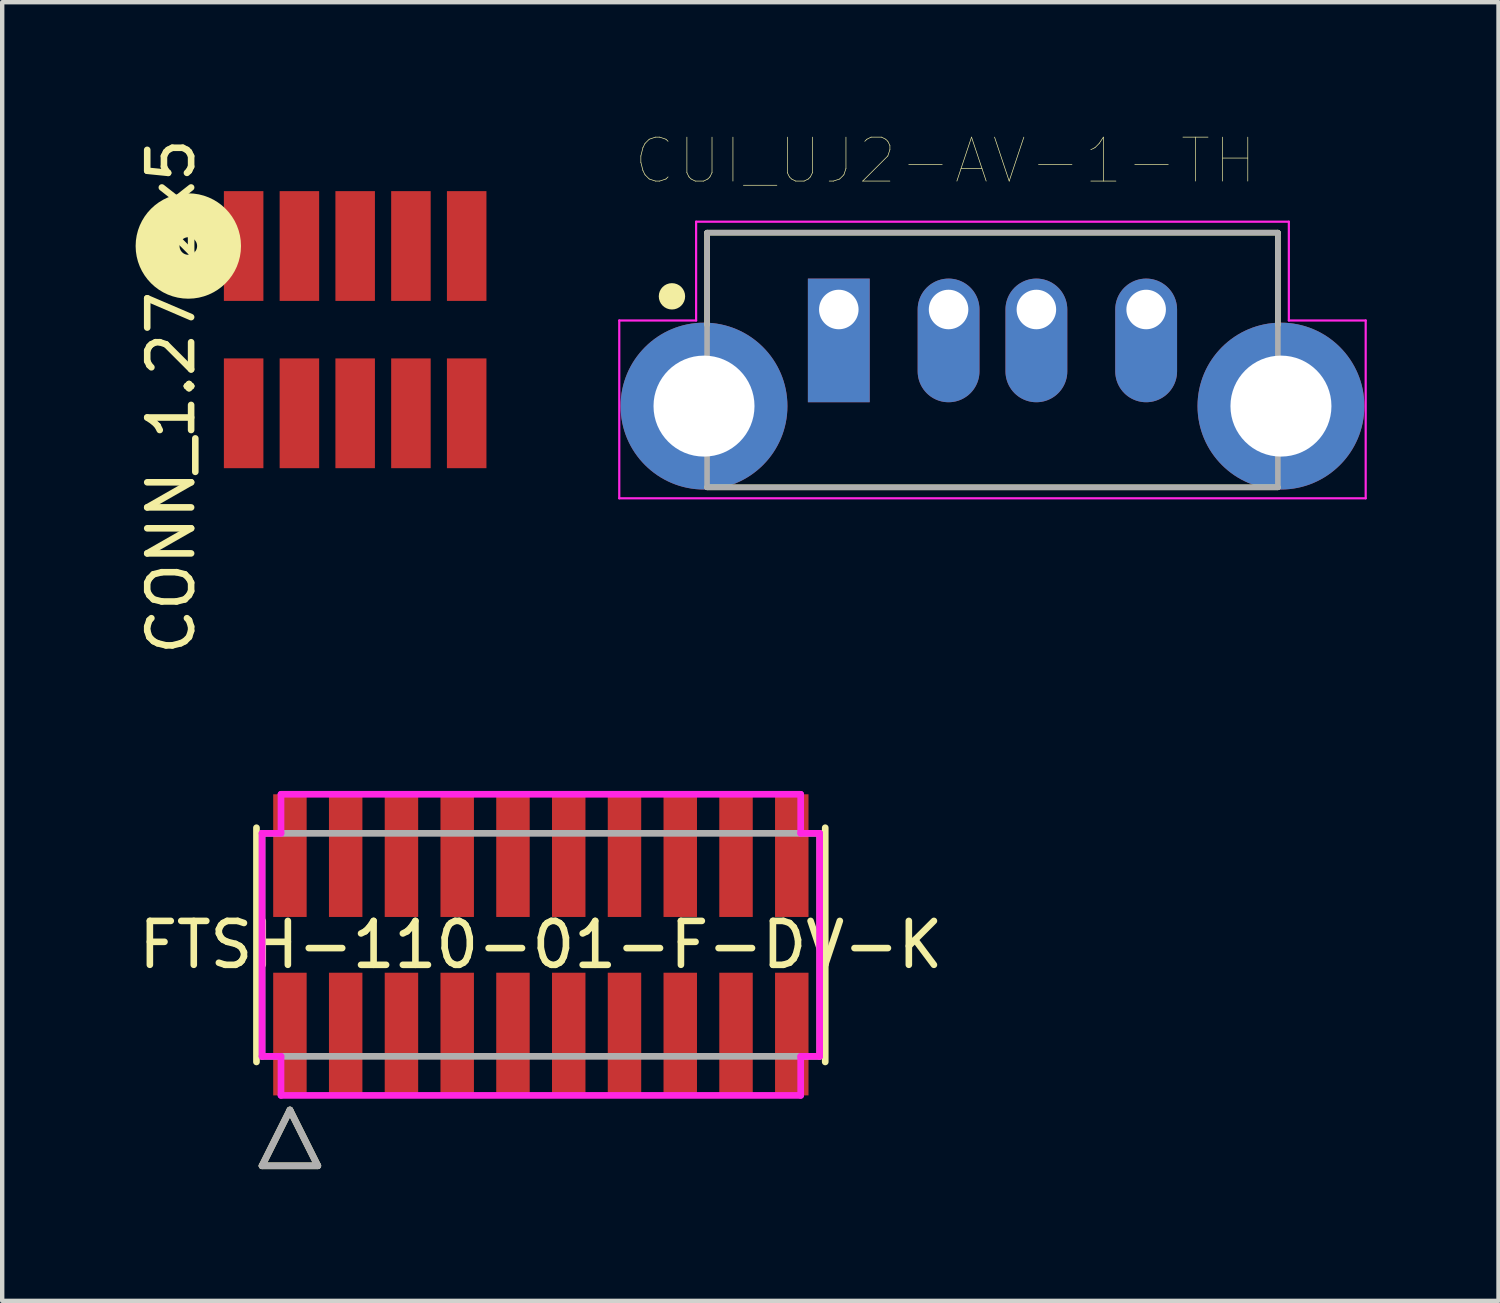
<source format=kicad_pcb>
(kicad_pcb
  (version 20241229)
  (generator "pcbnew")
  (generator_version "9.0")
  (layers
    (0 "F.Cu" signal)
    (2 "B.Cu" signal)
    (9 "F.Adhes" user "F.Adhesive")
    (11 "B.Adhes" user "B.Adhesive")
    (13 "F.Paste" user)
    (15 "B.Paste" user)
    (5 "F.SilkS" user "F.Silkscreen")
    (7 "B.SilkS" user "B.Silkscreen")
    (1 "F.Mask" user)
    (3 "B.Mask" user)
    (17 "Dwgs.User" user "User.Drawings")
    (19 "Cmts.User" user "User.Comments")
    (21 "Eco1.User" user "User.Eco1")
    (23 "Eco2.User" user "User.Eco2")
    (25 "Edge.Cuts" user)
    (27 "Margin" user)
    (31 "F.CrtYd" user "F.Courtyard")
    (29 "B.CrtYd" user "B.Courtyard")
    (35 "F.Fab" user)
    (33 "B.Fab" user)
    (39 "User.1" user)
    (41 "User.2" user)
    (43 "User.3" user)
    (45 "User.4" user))
  (footprint "FTSH-110-01-F-DV-K"
    (layer "F.Cu")
    (at 9.268 18.469)
    (property "Reference" "FTSH-110-01-F-DV-K" (at 0 0 0) (layer "F.SilkS") (effects (font (size 1 1) (thickness 0.15))))
    (attr smd)
    (fp_line (start -6.477 -2.667) (end -6.477 2.667) (stroke (width 0.152) (type solid)) (layer "F.SilkS"))
    (fp_line (start -6.35 5.032) (end -5.08 5.032) (stroke (width 0.152) (type solid)) (layer "F.SilkS"))
    (fp_line (start -5.715 3.762) (end -6.35 5.032) (stroke (width 0.152) (type solid)) (layer "F.SilkS"))
    (fp_line (start -5.08 5.032) (end -5.715 3.762) (stroke (width 0.152) (type solid)) (layer "F.SilkS"))
    (fp_line (start 6.477 2.667) (end 6.477 -2.667) (stroke (width 0.152) (type solid)) (layer "F.SilkS"))
    (fp_line (start -6.35 -2.54) (end -5.918 -2.54) (stroke (width 0.152) (type solid)) (layer "F.CrtYd"))
    (fp_line (start -6.35 2.54) (end -6.35 -2.54) (stroke (width 0.152) (type solid)) (layer "F.CrtYd"))
    (fp_line (start -5.918 -3.429) (end 5.918 -3.429) (stroke (width 0.152) (type solid)) (layer "F.CrtYd"))
    (fp_line (start -5.918 -2.54) (end -5.918 -3.429) (stroke (width 0.152) (type solid)) (layer "F.CrtYd"))
    (fp_line (start -5.918 2.54) (end -6.35 2.54) (stroke (width 0.152) (type solid)) (layer "F.CrtYd"))
    (fp_line (start -5.918 3.429) (end -5.918 2.54) (stroke (width 0.152) (type solid)) (layer "F.CrtYd"))
    (fp_line (start 5.918 -3.429) (end 5.918 -2.54) (stroke (width 0.152) (type solid)) (layer "F.CrtYd"))
    (fp_line (start 5.918 -2.54) (end 6.35 -2.54) (stroke (width 0.152) (type solid)) (layer "F.CrtYd"))
    (fp_line (start 5.918 2.54) (end 5.918 3.429) (stroke (width 0.152) (type solid)) (layer "F.CrtYd"))
    (fp_line (start 5.918 3.429) (end -5.918 3.429) (stroke (width 0.152) (type solid)) (layer "F.CrtYd"))
    (fp_line (start 6.35 -2.54) (end 6.35 2.54) (stroke (width 0.152) (type solid)) (layer "F.CrtYd"))
    (fp_line (start 6.35 2.54) (end 5.918 2.54) (stroke (width 0.152) (type solid)) (layer "F.CrtYd"))
    (fp_line (start -6.35 -2.54) (end -6.35 2.54) (stroke (width 0.152) (type solid)) (layer "F.Fab"))
    (fp_line (start -6.35 2.54) (end 6.35 2.54) (stroke (width 0.152) (type solid)) (layer "F.Fab"))
    (fp_line (start -6.35 5.032) (end -5.08 5.032) (stroke (width 0.152) (type solid)) (layer "F.Fab"))
    (fp_line (start -5.715 3.762) (end -6.35 5.032) (stroke (width 0.152) (type solid)) (layer "F.Fab"))
    (fp_line (start -5.08 5.032) (end -5.715 3.762) (stroke (width 0.152) (type solid)) (layer "F.Fab"))
    (fp_line (start 6.35 -2.54) (end -6.35 -2.54) (stroke (width 0.152) (type solid)) (layer "F.Fab"))
    (fp_line (start 6.35 2.54) (end 6.35 -2.54) (stroke (width 0.152) (type solid)) (layer "F.Fab"))
    (pad "1" smd rect (at -5.715 2.032 180) (size 0.762 2.794) (layers "F.Cu" "F.Mask" "F.Paste"))
    (pad "2" smd rect (at -5.715 -2.032 180) (size 0.762 2.794) (layers "F.Cu" "F.Mask" "F.Paste"))
    (pad "3" smd rect (at -4.445 2.032 180) (size 0.762 2.794) (layers "F.Cu" "F.Mask" "F.Paste"))
    (pad "4" smd rect (at -4.445 -2.032 180) (size 0.762 2.794) (layers "F.Cu" "F.Mask" "F.Paste"))
    (pad "5" smd rect (at -3.175 2.032 180) (size 0.762 2.794) (layers "F.Cu" "F.Mask" "F.Paste"))
    (pad "6" smd rect (at -3.175 -2.032 180) (size 0.762 2.794) (layers "F.Cu" "F.Mask" "F.Paste"))
    (pad "7" smd rect (at -1.905 2.032 180) (size 0.762 2.794) (layers "F.Cu" "F.Mask" "F.Paste"))
    (pad "8" smd rect (at -1.905 -2.032 180) (size 0.762 2.794) (layers "F.Cu" "F.Mask" "F.Paste"))
    (pad "9" smd rect (at -0.635 2.032 180) (size 0.762 2.794) (layers "F.Cu" "F.Mask" "F.Paste"))
    (pad "10" smd rect (at -0.635 -2.032 180) (size 0.762 2.794) (layers "F.Cu" "F.Mask" "F.Paste"))
    (pad "11" smd rect (at 0.635 2.032 180) (size 0.762 2.794) (layers "F.Cu" "F.Mask" "F.Paste"))
    (pad "12" smd rect (at 0.635 -2.032 180) (size 0.762 2.794) (layers "F.Cu" "F.Mask" "F.Paste"))
    (pad "13" smd rect (at 1.905 2.032 180) (size 0.762 2.794) (layers "F.Cu" "F.Mask" "F.Paste"))
    (pad "14" smd rect (at 1.905 -2.032 180) (size 0.762 2.794) (layers "F.Cu" "F.Mask" "F.Paste"))
    (pad "15" smd rect (at 3.175 2.032 180) (size 0.762 2.794) (layers "F.Cu" "F.Mask" "F.Paste"))
    (pad "16" smd rect (at 3.175 -2.032 180) (size 0.762 2.794) (layers "F.Cu" "F.Mask" "F.Paste"))
    (pad "17" smd rect (at 4.445 2.032 180) (size 0.762 2.794) (layers "F.Cu" "F.Mask" "F.Paste"))
    (pad "18" smd rect (at 4.445 -2.032 180) (size 0.762 2.794) (layers "F.Cu" "F.Mask" "F.Paste"))
    (pad "19" smd rect (at 5.715 2.032 180) (size 0.762 2.794) (layers "F.Cu" "F.Mask" "F.Paste"))
    (pad "20" smd rect (at 5.715 -2.032 180) (size 0.762 2.794) (layers "F.Cu" "F.Mask" "F.Paste")))
  (footprint "CUI_UJ2-AV-1-TH"
    (layer "F.Cu")
    (at 19.554 3.999)
    (property "Reference" "CUI_UJ2-AV-1-TH" (at -1.073 -3.387 0) (layer "F.SilkS") (effects (font (size 1.001 1.001) (thickness 0.015))))
    (attr through_hole)
    (fp_line (start -6.5 -1.75) (end -6.5 0.35) (stroke (width 0.127) (type solid)) (layer "F.SilkS"))
    (fp_line (start -6.5 4.05) (end 6.5 4.05) (stroke (width 0.127) (type solid)) (layer "F.SilkS"))
    (fp_line (start 6.5 -1.75) (end -6.5 -1.75) (stroke (width 0.127) (type solid)) (layer "F.SilkS"))
    (fp_line (start 6.5 -1.75) (end 6.5 0.35) (stroke (width 0.127) (type solid)) (layer "F.SilkS"))
    (fp_circle (center -7.3 -0.3) (end -7.15 -0.3) (stroke (width 0.3) (type solid)) (fill no) (layer "F.SilkS"))
    (fp_line (start -8.5 0.25) (end -6.75 0.25) (stroke (width 0.05) (type solid)) (layer "F.CrtYd"))
    (fp_line (start -8.5 4.3) (end -8.5 0.25) (stroke (width 0.05) (type solid)) (layer "F.CrtYd"))
    (fp_line (start -6.75 -2) (end 6.75 -2) (stroke (width 0.05) (type solid)) (layer "F.CrtYd"))
    (fp_line (start -6.75 0.25) (end -6.75 -2) (stroke (width 0.05) (type solid)) (layer "F.CrtYd"))
    (fp_line (start 6.75 -2) (end 6.75 0.25) (stroke (width 0.05) (type solid)) (layer "F.CrtYd"))
    (fp_line (start 6.75 0.25) (end 8.5 0.25) (stroke (width 0.05) (type solid)) (layer "F.CrtYd"))
    (fp_line (start 8.5 0.25) (end 8.5 4.3) (stroke (width 0.05) (type solid)) (layer "F.CrtYd"))
    (fp_line (start 8.5 4.3) (end -8.5 4.3) (stroke (width 0.05) (type solid)) (layer "F.CrtYd"))
    (fp_line (start -6.5 -1.75) (end 6.5 -1.75) (stroke (width 0.127) (type solid)) (layer "F.Fab"))
    (fp_line (start -6.5 4.05) (end -6.5 -1.75) (stroke (width 0.127) (type solid)) (layer "F.Fab"))
    (fp_line (start 6.5 -1.75) (end 6.5 4.05) (stroke (width 0.127) (type solid)) (layer "F.Fab"))
    (fp_line (start 6.5 4.05) (end -6.5 4.05) (stroke (width 0.127) (type solid)) (layer "F.Fab"))
    (fp_circle (center -3.5 -0.05) (end -3.35 -0.05) (stroke (width 0.3) (type solid)) (fill no) (layer "F.Fab"))
    (pad "1" thru_hole rect (at -3.5 0) (size 1.408 2.816) (drill oval 0.9 (offset 0 0.704)) (layers "*.Cu" "*.Mask"))
    (pad "2" thru_hole oval (at -1 0) (size 1.408 2.816) (drill 0.9 (offset 0 0.704)) (layers "*.Cu" "*.Mask"))
    (pad "3" thru_hole oval (at 1 0) (size 1.408 2.816) (drill 0.9 (offset 0 0.704)) (layers "*.Cu" "*.Mask"))
    (pad "4" thru_hole oval (at 3.5 0) (size 1.408 2.816) (drill 0.9 (offset 0 0.704)) (layers "*.Cu" "*.Mask"))
    (pad "5" thru_hole circle (at -6.57 2.2) (size 3.8 3.8) (drill 2.3) (layers "*.Cu" "*.Mask"))
    (pad "5" thru_hole circle (at 6.57 2.2) (size 3.8 3.8) (drill 2.3) (layers "*.Cu" "*.Mask")))
  (footprint "CONN_1.27_2x5"
    (layer "F.Cu")
    (at 5.039 4.458)
    (property "Reference" "CONN_1.27_2x5" (at -4.191 1.524 90) (layer "F.SilkS") (effects (font (size 1 1) (thickness 0.15))))
    (attr through_hole)
    (fp_circle (center -3.8 -1.905) (end -3.6 -1.905) (stroke (width 1) (type solid)) (fill no) (layer "F.SilkS"))
    (pad "1" smd rect (at -2.54 1.905) (size 0.9 2.5) (layers "F.Cu" "F.Mask" "F.Paste"))
    (pad "2" smd rect (at -2.54 -1.905) (size 0.9 2.5) (layers "F.Cu" "F.Mask" "F.Paste"))
    (pad "3" smd rect (at -1.27 1.905) (size 0.9 2.5) (layers "F.Cu" "F.Mask" "F.Paste"))
    (pad "4" smd rect (at -1.27 -1.905) (size 0.9 2.5) (layers "F.Cu" "F.Mask" "F.Paste"))
    (pad "5" smd rect (at 0 1.905) (size 0.9 2.5) (layers "F.Cu" "F.Mask" "F.Paste"))
    (pad "6" smd rect (at 0 -1.905) (size 0.9 2.5) (layers "F.Cu" "F.Mask" "F.Paste"))
    (pad "7" smd rect (at 1.27 1.905) (size 0.9 2.5) (layers "F.Cu" "F.Mask" "F.Paste"))
    (pad "8" smd rect (at 1.27 -1.905) (size 0.9 2.5) (layers "F.Cu" "F.Mask" "F.Paste"))
    (pad "9" smd rect (at 2.54 1.905) (size 0.9 2.5) (layers "F.Cu" "F.Mask" "F.Paste"))
    (pad "10" smd rect (at 2.54 -1.905) (size 0.9 2.5) (layers "F.Cu" "F.Mask" "F.Paste")))
  (gr_rect
    (start -3 -3)
    (end 31.079 26.577)
    (stroke (width 0.1) (type default))
    (fill no)
    (layer "Edge.Cuts")))
</source>
